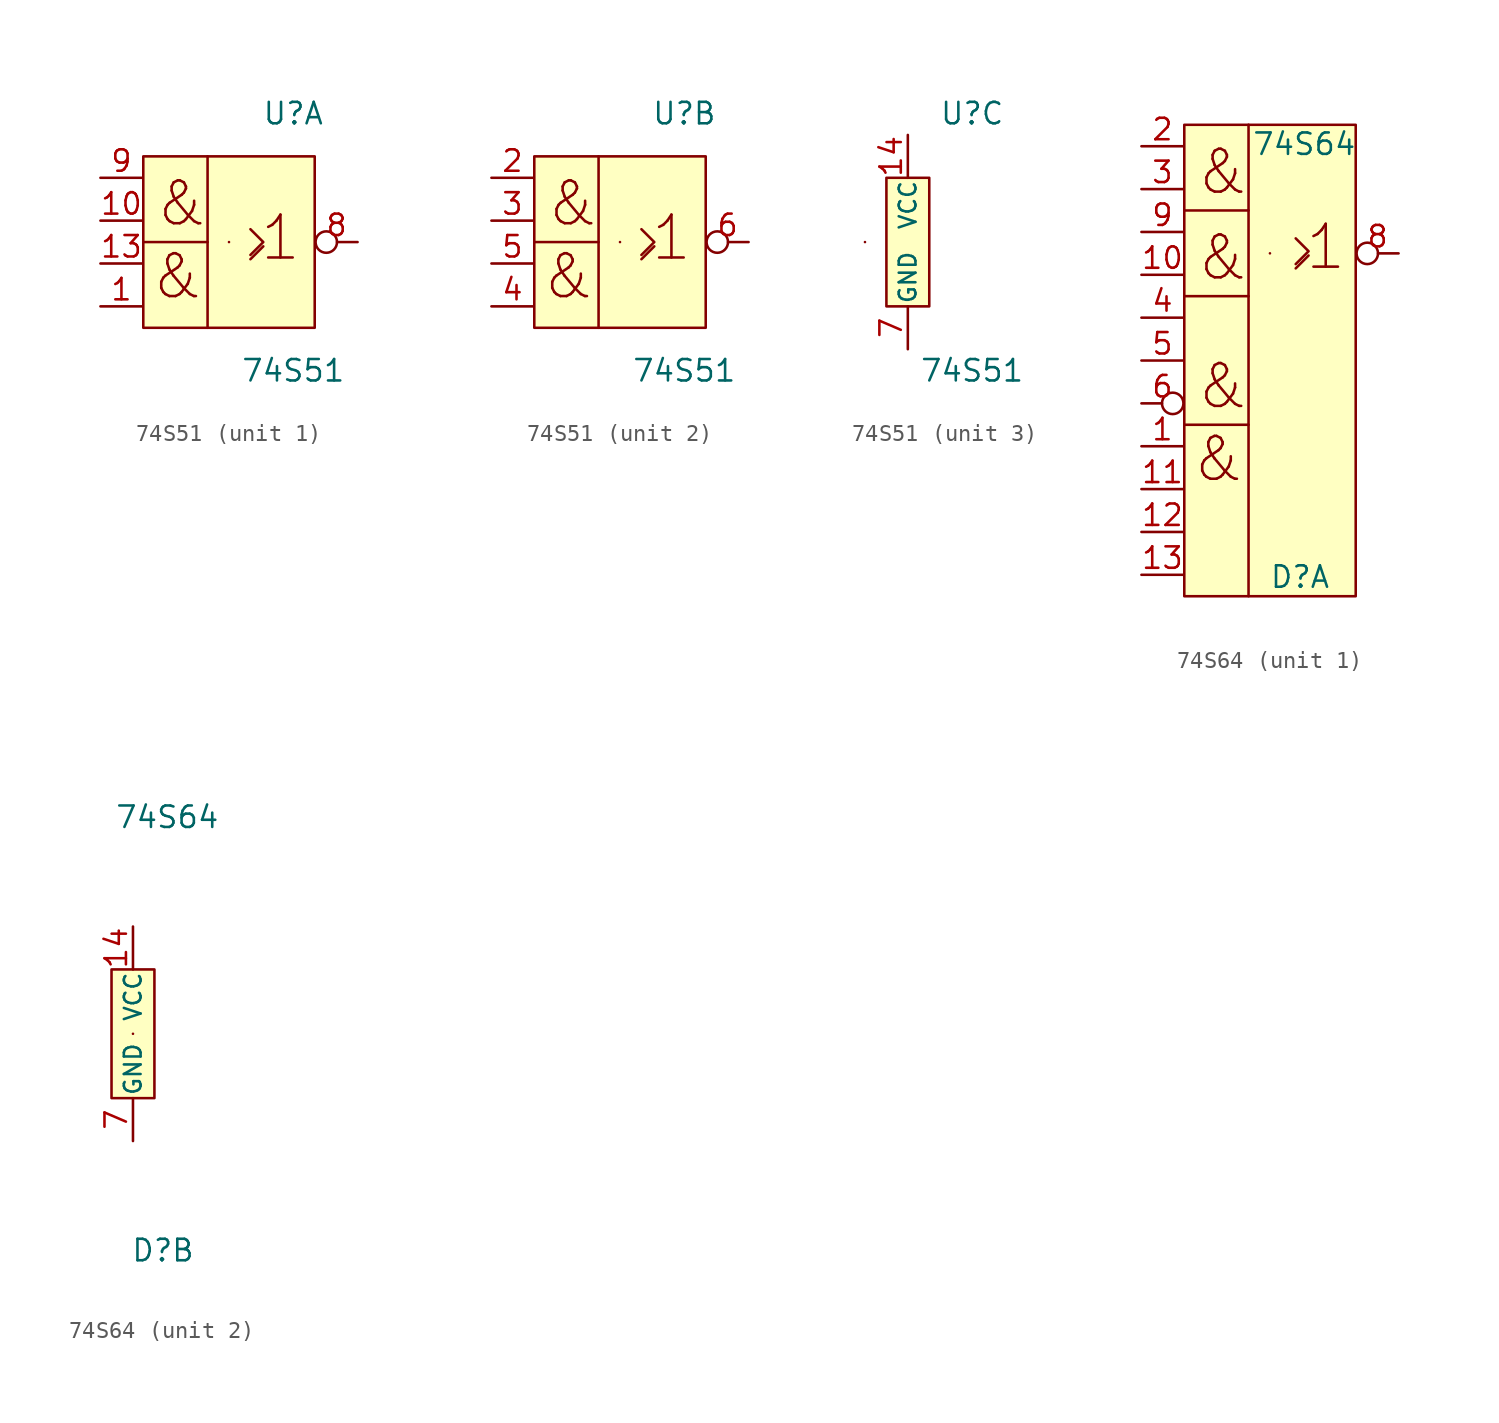
<source format=kicad_sym>
(kicad_symbol_lib
  (version 20211014)
  (generator kicad_symbol_editor)
  (symbol "74S51"
    (pin_names
      (offset 0.102))
    (property "Reference" "U"
      (at 3.81 7.62 0)
      (effects (font (size 1.27 1.27))))
    (property "Value" "74S51"
      (at 3.81 -7.62 0)
      (effects (font (size 1.27 1.27))))
    (property "ki_locked" ""
      (at 0 0 0)
      (effects (font (size 1.27 1.27))))
    (symbol "74S51_1_1"
      (rectangle (start -5.08 5.08) (end 5.08 -5.08) (stroke (width 0) (type default) (color 0 0 0 0)) (fill (type background)))
      (rectangle (start 0 0) (end 0 0) (stroke (width 0) (type default) (color 0 0 0 0)) (fill (type none)))
      (polyline (pts (xy -1.27 0) (xy -1.27 -5.08)) (stroke (width 0) (type default) (color 0 0 0 0)) (fill (type none)))
      (polyline (pts (xy 1.27 -1.016) (xy 2.032 -0.254) (xy 2.032 -0.254)) (stroke (width 0) (type default) (color 0 0 0 0)) (fill (type none)))
      (polyline (pts (xy -1.27 5.08) (xy -1.27 0) (xy -5.08 0) (xy -5.08 0)) (stroke (width 0) (type default) (color 0 0 0 0)) (fill (type none)))
      (polyline (pts (xy 1.27 0.762) (xy 2.032 0) (xy 1.27 -0.762) (xy 1.27 -0.762)) (stroke (width 0) (type default) (color 0 0 0 0)) (fill (type none)))
      (text "&" (at -3.048 -2.032 0) (effects (font (size 2.54 2.54))))
      (text "&" (at -2.794 2.286 0) (effects (font (size 2.54 2.54))))
      (text "1" (at 3.048 0.254 0) (effects (font (size 2.54 2.54))))
      (pin input line (at -7.62 -3.81 0) (length 2.489) (name "~" (effects (font (size 1.27 1.27)))) (number "1" (effects (font (size 1.27 1.27)))))
      (pin input line (at -7.62 1.27 0) (length 2.489) (name "~" (effects (font (size 1.27 1.27)))) (number "10" (effects (font (size 1.27 1.27)))))
      (pin input line (at -7.62 -1.27 0) (length 2.489) (name "~" (effects (font (size 1.27 1.27)))) (number "13" (effects (font (size 1.27 1.27)))))
      (pin output inverted (at 7.62 0 180) (length 2.489) (name "~" (effects (font (size 1.27 1.27)))) (number "8" (effects (font (size 1.27 1.27)))))
      (pin input line (at -7.62 3.81 0) (length 2.489) (name "~" (effects (font (size 1.27 1.27)))) (number "9" (effects (font (size 1.27 1.27))))))
    (symbol "74S51_2_1"
      (rectangle (start -5.08 5.08) (end 5.08 -5.08) (stroke (width 0) (type default) (color 0 0 0 0)) (fill (type background)))
      (rectangle (start 0 0) (end 0 0) (stroke (width 0) (type default) (color 0 0 0 0)) (fill (type none)))
      (polyline (pts (xy -1.27 0) (xy -1.27 -5.08)) (stroke (width 0) (type default) (color 0 0 0 0)) (fill (type none)))
      (polyline (pts (xy 1.27 -1.016) (xy 2.032 -0.254) (xy 2.032 -0.254)) (stroke (width 0) (type default) (color 0 0 0 0)) (fill (type none)))
      (polyline (pts (xy -1.27 5.08) (xy -1.27 0) (xy -5.08 0) (xy -5.08 0)) (stroke (width 0) (type default) (color 0 0 0 0)) (fill (type none)))
      (polyline (pts (xy 1.27 0.762) (xy 2.032 0) (xy 1.27 -0.762) (xy 1.27 -0.762)) (stroke (width 0) (type default) (color 0 0 0 0)) (fill (type none)))
      (text "&" (at -3.048 -2.032 0) (effects (font (size 2.54 2.54))))
      (text "&" (at -2.794 2.286 0) (effects (font (size 2.54 2.54))))
      (text "1" (at 3.048 0.254 0) (effects (font (size 2.54 2.54))))
      (pin input line (at -7.62 3.81 0) (length 2.489) (name "~" (effects (font (size 1.27 1.27)))) (number "2" (effects (font (size 1.27 1.27)))))
      (pin input line (at -7.62 1.27 0) (length 2.489) (name "~" (effects (font (size 1.27 1.27)))) (number "3" (effects (font (size 1.27 1.27)))))
      (pin input line (at -7.62 -3.81 0) (length 2.489) (name "~" (effects (font (size 1.27 1.27)))) (number "4" (effects (font (size 1.27 1.27)))))
      (pin input line (at -7.62 -1.27 0) (length 2.489) (name "~" (effects (font (size 1.27 1.27)))) (number "5" (effects (font (size 1.27 1.27)))))
      (pin output inverted (at 7.62 0 180) (length 2.489) (name "~" (effects (font (size 1.27 1.27)))) (number "6" (effects (font (size 1.27 1.27))))))
    (symbol "74S51_3_1"
      (rectangle (start -2.54 0) (end -2.54 0) (stroke (width 0) (type default) (color 0 0 0 0)) (fill (type none)))
      (rectangle (start -1.27 3.81) (end 1.27 -3.81) (stroke (width 0) (type default) (color 0 0 0 0)) (fill (type background)))
      (pin power_in line (at 0 6.35 270) (length 2.54) (name "VCC" (effects (font (size 0.991 0.991)))) (number "14" (effects (font (size 1.27 1.27)))))
      (pin power_in line (at 0 -6.35 90) (length 2.54) (name "GND" (effects (font (size 0.991 0.991)))) (number "7" (effects (font (size 1.27 1.27)))))))
  (symbol "74S64"
    (pin_names
      (offset 0.102))
    (property "Reference" "D"
      (at 1.778 -12.827 0)
      (effects (font (size 1.27 1.27))))
    (property "Value" "74S64"
      (at 2.032 12.827 0)
      (effects (font (size 1.27 1.27))))
    (property "ki_locked" ""
      (at 0 0 0)
      (effects (font (size 1.27 1.27))))
    (symbol "74S64_1_1"
      (rectangle (start -5.08 13.97) (end 5.08 -13.97) (stroke (width 0) (type default) (color 0 0 0 0)) (fill (type background)))
      (rectangle (start -0.003 6.353) (end -0.003 6.353) (stroke (width 0) (type default) (color 0 0 0 0)) (fill (type none)))
      (polyline (pts (xy -1.272 -3.807) (xy -1.272 -13.967)) (stroke (width 0) (type default) (color 0 0 0 0)) (fill (type none)))
      (polyline (pts (xy 1.524 5.461) (xy 2.286 6.223) (xy 2.286 6.223)) (stroke (width 0) (type default) (color 0 0 0 0)) (fill (type none)))
      (polyline (pts (xy -1.272 3.813) (xy -1.272 -3.807) (xy -5.082 -3.807) (xy -5.082 -3.807)) (stroke (width 0) (type default) (color 0 0 0 0)) (fill (type none)))
      (polyline (pts (xy -1.272 8.893) (xy -1.272 3.813) (xy -5.082 3.813) (xy -5.082 3.813)) (stroke (width 0) (type default) (color 0 0 0 0)) (fill (type none)))
      (polyline (pts (xy -1.272 13.973) (xy -1.272 8.893) (xy -5.082 8.893) (xy -5.082 8.893)) (stroke (width 0) (type default) (color 0 0 0 0)) (fill (type none)))
      (polyline (pts (xy 1.524 7.239) (xy 2.286 6.477) (xy 1.524 5.715) (xy 1.524 5.715)) (stroke (width 0) (type default) (color 0 0 0 0)) (fill (type none)))
      (text "&" (at -3.05 -5.839 0) (effects (font (size 2.54 2.54))))
      (text "&" (at -2.796 -1.521 0) (effects (font (size 2.54 2.54))))
      (text "&" (at -2.796 6.099 0) (effects (font (size 2.54 2.54))))
      (text "&" (at -2.796 11.179 0) (effects (font (size 2.54 2.54))))
      (text "1" (at 3.302 6.731 0) (effects (font (size 2.54 2.54))))
      (pin input line (at -7.62 -5.08 0) (length 2.489) (name "~" (effects (font (size 1.27 1.27)))) (number "1" (effects (font (size 1.27 1.27)))))
      (pin input line (at -7.62 5.08 0) (length 2.489) (name "~" (effects (font (size 1.27 1.27)))) (number "10" (effects (font (size 1.27 1.27)))))
      (pin input line (at -7.62 -7.62 0) (length 2.489) (name "~" (effects (font (size 1.27 1.27)))) (number "11" (effects (font (size 1.27 1.27)))))
      (pin input line (at -7.62 -10.16 0) (length 2.489) (name "~" (effects (font (size 1.27 1.27)))) (number "12" (effects (font (size 1.27 1.27)))))
      (pin input line (at -7.62 -12.7 0) (length 2.489) (name "~" (effects (font (size 1.27 1.27)))) (number "13" (effects (font (size 1.27 1.27)))))
      (pin input line (at -7.62 12.7 0) (length 2.489) (name "~" (effects (font (size 1.27 1.27)))) (number "2" (effects (font (size 1.27 1.27)))))
      (pin input line (at -7.62 10.16 0) (length 2.489) (name "~" (effects (font (size 1.27 1.27)))) (number "3" (effects (font (size 1.27 1.27)))))
      (pin input line (at -7.62 2.54 0) (length 2.489) (name "~" (effects (font (size 1.27 1.27)))) (number "4" (effects (font (size 1.27 1.27)))))
      (pin input line (at -7.62 0 0) (length 2.489) (name "~" (effects (font (size 1.27 1.27)))) (number "5" (effects (font (size 1.27 1.27)))))
      (pin input inverted (at -7.62 -2.54 0) (length 2.489) (name "~" (effects (font (size 1.27 1.27)))) (number "6" (effects (font (size 1.27 1.27)))))
      (pin output inverted (at 7.62 6.35 180) (length 2.489) (name "~" (effects (font (size 1.27 1.27)))) (number "8" (effects (font (size 1.27 1.27)))))
      (pin input line (at -7.62 7.62 0) (length 2.489) (name "~" (effects (font (size 1.27 1.27)))) (number "9" (effects (font (size 1.27 1.27))))))
    (symbol "74S64_2_1"
      (rectangle (start -1.27 3.81) (end 1.27 -3.81) (stroke (width 0) (type default) (color 0 0 0 0)) (fill (type background)))
      (rectangle (start 0 0) (end 0 0) (stroke (width 0) (type default) (color 0 0 0 0)) (fill (type none)))
      (pin power_in line (at 0 6.35 270) (length 2.54) (name "VCC" (effects (font (size 0.991 0.991)))) (number "14" (effects (font (size 1.27 1.27)))))
      (pin power_in line (at 0 -6.35 90) (length 2.54) (name "GND" (effects (font (size 0.991 0.991)))) (number "7" (effects (font (size 1.27 1.27))))))))
</source>
